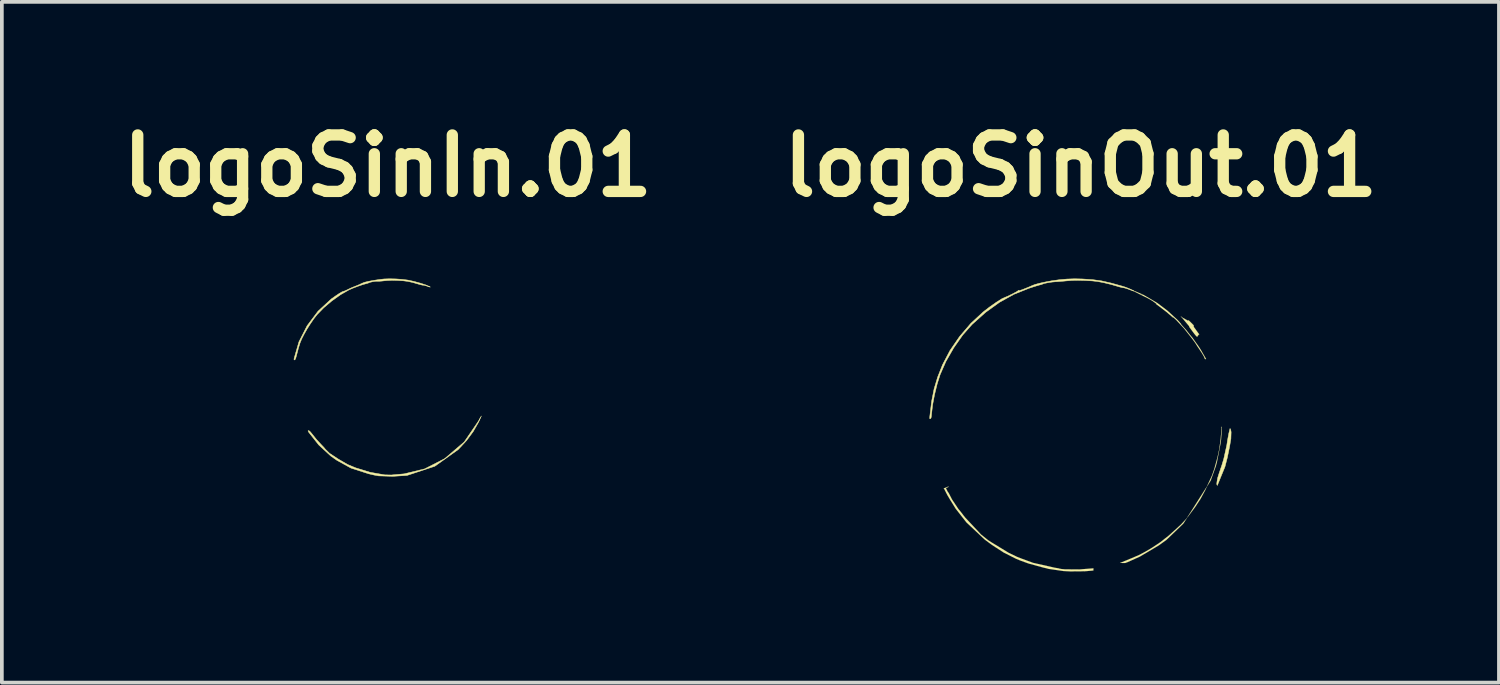
<source format=kicad_pcb>
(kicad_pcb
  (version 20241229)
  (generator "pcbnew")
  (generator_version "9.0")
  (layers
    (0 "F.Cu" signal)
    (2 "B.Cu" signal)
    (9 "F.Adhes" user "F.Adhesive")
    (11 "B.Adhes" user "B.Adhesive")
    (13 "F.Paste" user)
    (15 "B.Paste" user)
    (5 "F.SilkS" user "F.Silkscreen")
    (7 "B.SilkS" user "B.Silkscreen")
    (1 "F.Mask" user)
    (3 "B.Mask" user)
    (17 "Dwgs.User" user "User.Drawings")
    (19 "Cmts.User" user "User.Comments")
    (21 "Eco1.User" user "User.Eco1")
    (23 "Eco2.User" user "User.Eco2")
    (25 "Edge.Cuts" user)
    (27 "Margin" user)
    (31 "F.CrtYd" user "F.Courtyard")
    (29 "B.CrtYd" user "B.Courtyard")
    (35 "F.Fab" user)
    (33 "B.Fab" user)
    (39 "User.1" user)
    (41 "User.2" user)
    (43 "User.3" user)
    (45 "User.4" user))
  (footprint "logoSinIn.01"
    (layer "F.Cu")
    (at 7.417 7.142)
    (property "Reference" "logoSinIn.01" (at 0 -5.715 0) (layer "F.SilkS") (effects (font (size 1.524 1.524) (thickness 0.305))))
    (attr smd)
    (fp_poly (pts (xy -0.246 2.653) (xy -0.371 2.63) (xy -0.521 2.595) (xy -0.994 2.442) (xy -1.37 2.235) (xy -1.45 2.179) (xy -1.54 2.115) (xy -1.863 1.818) (xy -2.133 1.476) (xy -2.153 1.437) (xy -2.138 1.43) (xy -2.112 1.443) (xy -2.081 1.475) (xy -1.929 1.665) (xy -1.79 1.816) (xy -1.727 1.882) (xy -1.684 1.934) (xy -1.573 2.043) (xy -1.333 2.201) (xy -1.086 2.345) (xy -0.87 2.435) (xy -0.478 2.556) (xy -0.083 2.625) (xy 0.094 2.629) (xy 0.443 2.598) (xy 0.996 2.464) (xy 1.537 2.187) (xy 2.064 1.736) (xy 2.449 1.171) (xy 2.501 1.074) (xy 2.527 1.036) (xy 2.45 1.204) (xy 2.308 1.453) (xy 2.128 1.697) (xy 1.901 1.942) (xy 1.269 2.393) (xy 0.519 2.641) (xy 0.134 2.665) (xy -0.246 2.653) (xy -0.246 2.653)) (stroke (width 0.012) (type solid)) (fill yes) (layer "F.SilkS"))
    (fp_poly (pts (xy -2.528 -0.519) (xy -2.398 -0.966) (xy -2.178 -1.399) (xy -1.883 -1.792) (xy -1.527 -2.121) (xy -1.42 -2.197) (xy -1.317 -2.266) (xy -1.236 -2.314) (xy -1.198 -2.329) (xy -1.186 -2.331) (xy -1.16 -2.34) (xy -1.124 -2.356) (xy -1.082 -2.376) (xy -1.033 -2.4) (xy -0.978 -2.425) (xy -0.925 -2.447) (xy -0.88 -2.465) (xy -0.839 -2.481) (xy -0.797 -2.498) (xy -0.76 -2.514) (xy -0.732 -2.528) (xy -0.707 -2.54) (xy -0.677 -2.553) (xy -0.647 -2.565) (xy -0.621 -2.574) (xy -0.522 -2.598) (xy -0.383 -2.624) (xy -0.232 -2.647) (xy -0.1 -2.662) (xy 0.045 -2.667) (xy 0.223 -2.663) (xy 0.4 -2.65) (xy 0.543 -2.632) (xy 0.703 -2.597) (xy 0.876 -2.55) (xy 1.028 -2.5) (xy 1.128 -2.458) (xy 1.147 -2.445) (xy 1.142 -2.442) (xy 1.11 -2.451) (xy 1.054 -2.47) (xy 1.021 -2.481) (xy 0.991 -2.489) (xy 0.969 -2.494) (xy 0.957 -2.494) (xy 0.943 -2.495) (xy 0.914 -2.5) (xy 0.875 -2.51) (xy 0.831 -2.522) (xy 0.668 -2.569) (xy 0.538 -2.597) (xy 0.414 -2.613) (xy 0.268 -2.621) (xy 0.163 -2.624) (xy 0.07 -2.623) (xy -0.016 -2.619) (xy -0.1 -2.612) (xy -0.164 -2.605) (xy -0.221 -2.601) (xy -0.265 -2.599) (xy -0.289 -2.6) (xy -0.336 -2.599) (xy -0.407 -2.588) (xy -0.475 -2.573) (xy -0.514 -2.558) (xy -0.522 -2.554) (xy -0.535 -2.549) (xy -0.55 -2.544) (xy -0.566 -2.54) (xy -0.669 -2.512) (xy -0.803 -2.466) (xy -0.941 -2.414) (xy -1.051 -2.366) (xy -1.274 -2.238) (xy -1.511 -2.069) (xy -1.732 -1.882) (xy -1.91 -1.698) (xy -1.998 -1.585) (xy -2.091 -1.45) (xy -2.182 -1.306) (xy -2.261 -1.166) (xy -2.324 -1.043) (xy -2.368 -0.936) (xy -2.409 -0.804) (xy -2.462 -0.605) (xy -2.478 -0.546) (xy -2.491 -0.507) (xy -2.503 -0.486) (xy -2.515 -0.478) (xy -2.525 -0.477) (xy -2.53 -0.482) (xy -2.531 -0.495) (xy -2.528 -0.519) (xy -2.528 -0.519)) (stroke (width 0.012) (type solid)) (fill yes) (layer "F.SilkS")))
  (footprint "logoSinOut.01"
    (layer "F.Cu")
    (at 26.121 8.425)
    (property "Reference" "logoSinOut.01" (at 0 -6.998 0) (layer "F.SilkS") (effects (font (size 1.524 1.524) (thickness 0.305))))
    (attr smd)
    (fp_poly (pts (xy 1.578 -3.54) (xy 1.473 -3.592) (xy 1.456 -3.604) (xy 1.464 -3.611) (xy 1.466 -3.616) (xy 1.613 -3.552) (xy 1.655 -3.535) (xy 1.673 -3.526) (xy 1.639 -3.525) (xy 1.604 -3.525) (xy 1.578 -3.54)) (stroke (width 0.002) (type solid)) (fill yes) (layer "F.SilkS"))
    (fp_poly (pts (xy 3.686 1.629) (xy 3.671 1.594) (xy 3.677 1.531) (xy 3.695 1.426) (xy 3.736 1.295) (xy 3.808 1.084) (xy 3.86 0.912) (xy 3.942 0.544) (xy 3.96 0.421) (xy 3.995 0.23) (xy 4.029 0.09) (xy 4.047 0.119) (xy 4.059 0.187) (xy 4.053 0.371) (xy 4.018 0.58) (xy 3.958 0.871) (xy 3.893 1.123) (xy 3.686 1.629) (xy 3.686 1.629)) (stroke (width 0.012) (type solid)) (fill yes) (layer "F.SilkS"))
    (fp_poly (pts (xy 3.106 -2.416) (xy 3.06 -2.473) (xy 2.995 -2.561) (xy 2.939 -2.636) (xy 2.929 -2.656) (xy 2.923 -2.674) (xy 2.767 -2.861) (xy 2.699 -2.94) (xy 2.74 -2.905) (xy 2.896 -2.818) (xy 2.909 -2.832) (xy 2.974 -2.77) (xy 3.047 -2.696) (xy 3.055 -2.684) (xy 3.043 -2.686) (xy 3.056 -2.645) (xy 3.117 -2.56) (xy 3.176 -2.479) (xy 3.2 -2.451) (xy 3.189 -2.448) (xy 3.144 -2.392) (xy 3.145 -2.378) (xy 3.106 -2.416) (xy 3.106 -2.416)) (stroke (width 0.004) (type solid)) (fill yes) (layer "F.SilkS"))
    (fp_poly (pts (xy 1.059 3.72) (xy 1.091 3.708) (xy 1.338 3.606) (xy 1.369 3.594) (xy 1.578 3.504) (xy 1.678 3.451) (xy 1.878 3.338) (xy 1.951 3.292) (xy 2.15 3.159) (xy 2.381 2.977) (xy 2.687 2.7) (xy 2.716 2.672) (xy 2.845 2.532) (xy 2.896 2.467) (xy 3.04 2.276) (xy 3.089 2.21) (xy 3.233 1.991) (xy 3.358 1.76) (xy 3.545 1.354) (xy 3.606 1.177) (xy 3.669 0.95) (xy 3.699 0.834) (xy 3.734 0.672) (xy 3.765 0.466) (xy 3.778 0.354) (xy 3.802 0.08) (xy 3.804 0.053) (xy 3.794 0.052) (xy 3.784 0.052) (xy 3.793 0.05) (xy 3.809 0.047) (xy 3.811 0.05) (xy 3.806 0.147) (xy 3.783 0.446) (xy 3.675 1.003) (xy 3.644 1.117) (xy 3.507 1.497) (xy 2.769 2.659) (xy 2.312 3.098) (xy 2.102 3.249) (xy 1.593 3.55) (xy 1.256 3.701) (xy 1.2 3.721) (xy 1.129 3.721) (xy 1.059 3.72) (xy 1.059 3.72)) (stroke (width 0.003) (type solid)) (fill yes) (layer "F.SilkS"))
    (fp_poly (pts (xy 3.344 -1.8) (xy 3.329 -1.842) (xy 3.276 -1.934) (xy 3.205 -2.042) (xy 3.162 -2.105) (xy 3.149 -2.124) (xy 3.086 -2.225) (xy 2.993 -2.35) (xy 2.931 -2.428) (xy 2.872 -2.503) (xy 2.779 -2.619) (xy 2.642 -2.767) (xy 2.576 -2.837) (xy 2.464 -2.938) (xy 2.481 -2.917) (xy 2.499 -2.893) (xy 2.442 -2.944) (xy 2.358 -3.016) (xy 2.31 -3.057) (xy 2.072 -3.239) (xy 2.028 -3.27) (xy 2.035 -3.271) (xy 2.045 -3.272) (xy 1.936 -3.352) (xy 1.82 -3.419) (xy 1.695 -3.481) (xy 1.625 -3.516) (xy 1.608 -3.523) (xy 1.643 -3.524) (xy 1.678 -3.524) (xy 1.728 -3.497) (xy 1.791 -3.46) (xy 1.874 -3.412) (xy 2.066 -3.298) (xy 2.347 -3.085) (xy 2.444 -2.995) (xy 2.614 -2.838) (xy 2.672 -2.775) (xy 2.709 -2.73) (xy 2.707 -2.726) (xy 2.74 -2.687) (xy 2.86 -2.553) (xy 2.886 -2.518) (xy 2.942 -2.446) (xy 3.012 -2.365) (xy 3.185 -2.121) (xy 3.24 -2.036) (xy 3.373 -1.805) (xy 3.384 -1.784) (xy 3.377 -1.783) (xy 3.361 -1.781) (xy 3.354 -1.78) (xy 3.344 -1.8) (xy 3.344 -1.8)) (stroke (width 0.002) (type solid)) (fill yes) (layer "F.SilkS"))
    (fp_poly (pts (xy -0.283 3.948) (xy -0.468 3.938) (xy -0.869 3.88) (xy -0.925 3.864) (xy -1.008 3.845) (xy -1.409 3.735) (xy -1.63 3.655) (xy -1.752 3.604) (xy -2.077 3.44) (xy -2.394 3.235) (xy -2.59 3.09) (xy -3.086 2.625) (xy -3.377 2.253) (xy -3.538 1.993) (xy -3.597 1.894) (xy -3.627 1.836) (xy -3.666 1.76) (xy -3.698 1.701) (xy -3.675 1.699) (xy -3.58 1.66) (xy -3.566 1.656) (xy -3.576 1.671) (xy -3.627 1.693) (xy -3.639 1.7) (xy -3.594 1.791) (xy -3.572 1.822) (xy -3.56 1.84) (xy -3.474 2.007) (xy -3.302 2.265) (xy -3.264 2.309) (xy -3.218 2.367) (xy -3.161 2.442) (xy -3.114 2.501) (xy -2.892 2.737) (xy -2.777 2.859) (xy -2.695 2.949) (xy -2.494 3.11) (xy -2.396 3.172) (xy -1.948 3.445) (xy -1.72 3.555) (xy -1.586 3.607) (xy -1.287 3.717) (xy -0.706 3.848) (xy -0.591 3.867) (xy -0.586 3.871) (xy -0.525 3.883) (xy -0.424 3.892) (xy -0.029 3.895) (xy 0.038 3.889) (xy 0.331 3.866) (xy 0.342 3.865) (xy 0.342 3.894) (xy 0.341 3.924) (xy 0.299 3.928) (xy 0.195 3.937) (xy 0.099 3.945) (xy -0.283 3.948) (xy -0.283 3.948)) (stroke (width 0.003) (type solid)) (fill yes) (layer "F.SilkS"))
    (fp_poly (pts (xy -4.073 -0.243) (xy -4.025 -0.642) (xy -3.958 -0.98) (xy -3.862 -1.297) (xy -3.73 -1.631) (xy -3.53 -2.013) (xy -3.27 -2.392) (xy -2.967 -2.746) (xy -2.635 -3.054) (xy -2.464 -3.186) (xy -2.283 -3.313) (xy -2.132 -3.409) (xy -2.047 -3.448) (xy -1.975 -3.477) (xy -1.852 -3.537) (xy -1.734 -3.599) (xy -1.682 -3.634) (xy -1.682 -3.64) (xy -1.68 -3.642) (xy -1.677 -3.64) (xy -1.673 -3.635) (xy -1.66 -3.632) (xy -1.63 -3.639) (xy -1.579 -3.656) (xy -1.507 -3.684) (xy -1.443 -3.71) (xy -1.387 -3.733) (xy -1.344 -3.752) (xy -1.32 -3.763) (xy -1.245 -3.793) (xy -1.123 -3.827) (xy -0.968 -3.861) (xy -0.794 -3.894) (xy -0.577 -3.925) (xy -0.37 -3.943) (xy -0.166 -3.95) (xy 0.044 -3.945) (xy 0.319 -3.927) (xy 0.559 -3.894) (xy 0.815 -3.836) (xy 1.14 -3.746) (xy 1.23 -3.715) (xy 1.337 -3.671) (xy 1.425 -3.631) (xy 1.458 -3.61) (xy 1.446 -3.612) (xy 1.417 -3.621) (xy 1.376 -3.636) (xy 1.326 -3.654) (xy 1.274 -3.674) (xy 1.225 -3.69) (xy 1.185 -3.702) (xy 1.159 -3.707) (xy 1.135 -3.71) (xy 1.101 -3.717) (xy 1.061 -3.727) (xy 1.019 -3.739) (xy 0.808 -3.8) (xy 0.618 -3.846) (xy 0.451 -3.877) (xy 0.311 -3.893) (xy 0.098 -3.904) (xy -0.08 -3.908) (xy -0.234 -3.905) (xy -0.379 -3.894) (xy -0.464 -3.886) (xy -0.55 -3.879) (xy -0.626 -3.873) (xy -0.683 -3.87) (xy -0.778 -3.861) (xy -0.888 -3.844) (xy -0.982 -3.825) (xy -1.032 -3.807) (xy -1.042 -3.802) (xy -1.06 -3.796) (xy -1.083 -3.789) (xy -1.109 -3.783) (xy -1.152 -3.771) (xy -1.222 -3.75) (xy -1.308 -3.723) (xy -1.402 -3.692) (xy -1.804 -3.531) (xy -2.19 -3.317) (xy -2.565 -3.047) (xy -2.934 -2.717) (xy -3.185 -2.433) (xy -3.427 -2.088) (xy -3.639 -1.719) (xy -3.796 -1.362) (xy -3.875 -1.112) (xy -3.945 -0.828) (xy -3.998 -0.548) (xy -4.026 -0.31) (xy -4.032 -0.24) (xy -4.04 -0.198) (xy -4.053 -0.176) (xy -4.071 -0.17) (xy -4.074 -0.175) (xy -4.076 -0.191) (xy -4.075 -0.214) (xy -4.073 -0.243) (xy -4.073 -0.243) (xy -4.073 -0.243)) (stroke (width 0.012) (type solid)) (fill yes) (layer "F.SilkS")))
  (gr_rect
    (start -3 -3)
    (end 37.409 15.375)
    (stroke (width 0.1) (type default))
    (fill no)
    (layer "Edge.Cuts")))
</source>
